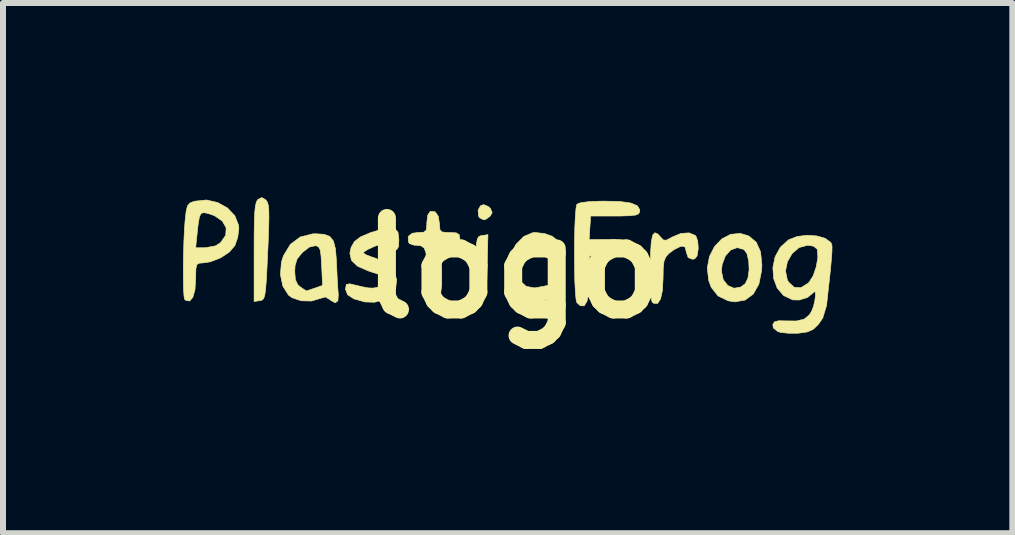
<source format=kicad_pcb>
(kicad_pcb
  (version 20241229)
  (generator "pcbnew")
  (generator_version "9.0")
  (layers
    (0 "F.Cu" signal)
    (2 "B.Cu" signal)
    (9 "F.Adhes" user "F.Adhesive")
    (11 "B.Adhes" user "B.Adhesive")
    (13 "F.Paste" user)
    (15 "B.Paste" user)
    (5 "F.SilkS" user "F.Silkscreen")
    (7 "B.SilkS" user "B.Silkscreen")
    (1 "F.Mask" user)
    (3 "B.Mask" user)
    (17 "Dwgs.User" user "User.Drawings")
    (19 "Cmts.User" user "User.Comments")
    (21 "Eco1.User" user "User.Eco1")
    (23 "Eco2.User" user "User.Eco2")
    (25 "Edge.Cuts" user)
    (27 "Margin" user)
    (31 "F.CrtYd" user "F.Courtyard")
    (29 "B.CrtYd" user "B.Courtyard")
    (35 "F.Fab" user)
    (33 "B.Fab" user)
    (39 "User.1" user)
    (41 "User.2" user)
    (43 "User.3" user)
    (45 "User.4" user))
  (footprint "logo"
    (layer "F.Cu")
    (at 5.503 1.418)
    (property "Reference" "logo" (at 0 0 0) (layer "F.SilkS") (effects (font (size 1.524 1.524) (thickness 0.3))))
    (attr through_hole)
    (fp_poly (pts (xy -0.418 -1.028) (xy -0.381 -0.995) (xy -0.35 -0.927) (xy -0.381 -0.868) (xy -0.454 -0.814) (xy -0.493 -0.804) (xy -0.559 -0.838) (xy -0.577 -0.868) (xy -0.585 -0.964) (xy -0.545 -1.038) (xy -0.493 -1.058) (xy -0.418 -1.028)) (stroke (width 0.01) (type solid)) (fill yes) (layer "F.SilkS"))
    (fp_poly (pts (xy -0.433 -0.035) (xy -0.439 0.185) (xy -0.447 0.335) (xy -0.461 0.427) (xy -0.48 0.477) (xy -0.509 0.498) (xy -0.519 0.5) (xy -0.592 0.484) (xy -0.615 0.455) (xy -0.624 0.391) (xy -0.628 0.262) (xy -0.629 0.089) (xy -0.626 -0.066) (xy -0.62 -0.269) (xy -0.612 -0.403) (xy -0.598 -0.482) (xy -0.576 -0.522) (xy -0.541 -0.539) (xy -0.517 -0.543) (xy -0.421 -0.557) (xy -0.433 -0.035)) (stroke (width 0.01) (type solid)) (fill yes) (layer "F.SilkS"))
    (fp_poly (pts (xy -4.127 -1.139) (xy -4.121 -1.133) (xy -4.098 -1.101) (xy -4.082 -1.05) (xy -4.073 -0.968) (xy -4.071 -0.843) (xy -4.075 -0.663) (xy -4.084 -0.417) (xy -4.091 -0.269) (xy -4.104 0.009) (xy -4.115 0.214) (xy -4.127 0.357) (xy -4.14 0.45) (xy -4.157 0.504) (xy -4.179 0.53) (xy -4.209 0.541) (xy -4.223 0.543) (xy -4.318 0.556) (xy -4.318 -0.267) (xy -4.317 -0.558) (xy -4.314 -0.776) (xy -4.307 -0.932) (xy -4.296 -1.037) (xy -4.28 -1.102) (xy -4.259 -1.139) (xy -4.252 -1.145) (xy -4.189 -1.176) (xy -4.127 -1.139)) (stroke (width 0.01) (type solid)) (fill yes) (layer "F.SilkS"))
    (fp_poly (pts (xy 0.526 -0.575) (xy 0.654 -0.528) (xy 0.736 -0.461) (xy 0.758 -0.386) (xy 0.726 -0.328) (xy 0.663 -0.304) (xy 0.579 -0.335) (xy 0.43 -0.376) (xy 0.295 -0.334) (xy 0.181 -0.216) (xy 0.103 -0.052) (xy 0.087 0.099) (xy 0.127 0.223) (xy 0.217 0.305) (xy 0.352 0.33) (xy 0.39 0.325) (xy 0.529 0.299) (xy 0.646 0.273) (xy 0.729 0.262) (xy 0.759 0.295) (xy 0.762 0.333) (xy 0.724 0.43) (xy 0.625 0.507) (xy 0.488 0.555) (xy 0.335 0.567) (xy 0.19 0.534) (xy 0.187 0.533) (xy 0.014 0.417) (xy -0.09 0.258) (xy -0.122 0.063) (xy -0.079 -0.157) (xy -0.061 -0.202) (xy 0.047 -0.396) (xy 0.18 -0.529) (xy 0.326 -0.59) (xy 0.365 -0.593) (xy 0.526 -0.575)) (stroke (width 0.01) (type solid)) (fill yes) (layer "F.SilkS"))
    (fp_poly (pts (xy 3.926 -0.535) (xy 4.051 -0.431) (xy 4.123 -0.271) (xy 4.145 -0.051) (xy 4.14 0.042) (xy 4.095 0.267) (xy 4.001 0.433) (xy 3.865 0.533) (xy 3.694 0.563) (xy 3.582 0.545) (xy 3.414 0.464) (xy 3.301 0.321) (xy 3.258 0.204) (xy 3.241 0.052) (xy 3.471 0.052) (xy 3.501 0.194) (xy 3.578 0.292) (xy 3.683 0.336) (xy 3.796 0.315) (xy 3.869 0.259) (xy 3.913 0.165) (xy 3.932 0.03) (xy 3.926 -0.115) (xy 3.897 -0.239) (xy 3.848 -0.309) (xy 3.733 -0.341) (xy 3.624 -0.301) (xy 3.536 -0.202) (xy 3.482 -0.058) (xy 3.471 0.052) (xy 3.241 0.052) (xy 3.235 -0.001) (xy 3.271 -0.193) (xy 3.355 -0.358) (xy 3.477 -0.486) (xy 3.624 -0.563) (xy 3.787 -0.578) (xy 3.926 -0.535)) (stroke (width 0.01) (type solid)) (fill yes) (layer "F.SilkS"))
    (fp_poly (pts (xy 2.409 -0.569) (xy 2.452 -0.522) (xy 2.502 -0.469) (xy 2.55 -0.464) (xy 2.63 -0.505) (xy 2.646 -0.515) (xy 2.794 -0.577) (xy 2.931 -0.587) (xy 3.033 -0.545) (xy 3.046 -0.532) (xy 3.075 -0.452) (xy 3.084 -0.333) (xy 3.082 -0.31) (xy 3.064 -0.201) (xy 3.025 -0.154) (xy 2.985 -0.148) (xy 2.916 -0.176) (xy 2.886 -0.266) (xy 2.866 -0.349) (xy 2.818 -0.366) (xy 2.78 -0.357) (xy 2.68 -0.307) (xy 2.593 -0.242) (xy 2.543 -0.185) (xy 2.514 -0.114) (xy 2.501 -0.005) (xy 2.498 0.165) (xy 2.498 0.168) (xy 2.487 0.374) (xy 2.455 0.517) (xy 2.406 0.59) (xy 2.342 0.587) (xy 2.314 0.564) (xy 2.304 0.514) (xy 2.295 0.395) (xy 2.289 0.226) (xy 2.286 0.023) (xy 2.286 -0.005) (xy 2.29 -0.262) (xy 2.302 -0.442) (xy 2.325 -0.549) (xy 2.36 -0.589) (xy 2.409 -0.569)) (stroke (width 0.01) (type solid)) (fill yes) (layer "F.SilkS"))
    (fp_poly (pts (xy -1.302 -0.939) (xy -1.248 -0.864) (xy -1.228 -0.732) (xy -1.222 -0.643) (xy -1.189 -0.603) (xy -1.104 -0.593) (xy -1.058 -0.593) (xy -0.949 -0.587) (xy -0.901 -0.559) (xy -0.889 -0.496) (xy -0.889 -0.489) (xy -0.901 -0.42) (xy -0.954 -0.386) (xy -1.048 -0.373) (xy -1.206 -0.36) (xy -1.191 0.026) (xy -1.191 0.279) (xy -1.213 0.459) (xy -1.255 0.562) (xy -1.317 0.588) (xy -1.389 0.542) (xy -1.416 0.469) (xy -1.433 0.32) (xy -1.439 0.102) (xy -1.439 0.081) (xy -1.442 -0.122) (xy -1.454 -0.255) (xy -1.483 -0.333) (xy -1.535 -0.37) (xy -1.616 -0.381) (xy -1.65 -0.381) (xy -1.725 -0.406) (xy -1.746 -0.434) (xy -1.75 -0.527) (xy -1.681 -0.581) (xy -1.584 -0.593) (xy -1.49 -0.598) (xy -1.45 -0.632) (xy -1.44 -0.717) (xy -1.439 -0.757) (xy -1.425 -0.881) (xy -1.384 -0.943) (xy -1.381 -0.945) (xy -1.302 -0.939)) (stroke (width 0.01) (type solid)) (fill yes) (layer "F.SilkS"))
    (fp_poly (pts (xy 1.772 -1.11) (xy 1.958 -1.085) (xy 2.069 -1.039) (xy 2.11 -0.971) (xy 2.108 -0.939) (xy 2.09 -0.905) (xy 2.042 -0.884) (xy 1.948 -0.873) (xy 1.792 -0.868) (xy 1.693 -0.868) (xy 1.291 -0.868) (xy 1.278 -0.672) (xy 1.266 -0.475) (xy 1.587 -0.477) (xy 1.791 -0.47) (xy 1.92 -0.444) (xy 1.979 -0.396) (xy 1.977 -0.324) (xy 1.975 -0.32) (xy 1.928 -0.276) (xy 1.819 -0.256) (xy 1.742 -0.254) (xy 1.587 -0.248) (xy 1.443 -0.234) (xy 1.402 -0.228) (xy 1.27 -0.201) (xy 1.27 0.166) (xy 1.26 0.397) (xy 1.231 0.552) (xy 1.183 0.63) (xy 1.118 0.627) (xy 1.061 0.575) (xy 1.047 0.516) (xy 1.036 0.389) (xy 1.027 0.211) (xy 1.023 -0.001) (xy 1.021 -0.231) (xy 1.023 -0.463) (xy 1.027 -0.678) (xy 1.036 -0.861) (xy 1.047 -0.995) (xy 1.061 -1.063) (xy 1.062 -1.064) (xy 1.119 -1.088) (xy 1.25 -1.106) (xy 1.443 -1.115) (xy 1.509 -1.116) (xy 1.772 -1.11)) (stroke (width 0.01) (type solid)) (fill yes) (layer "F.SilkS"))
    (fp_poly (pts (xy -3.152 -0.563) (xy -3.056 -0.527) (xy -2.996 -0.451) (xy -2.962 -0.321) (xy -2.946 -0.124) (xy -2.943 -0.059) (xy -2.935 0.128) (xy -2.926 0.295) (xy -2.917 0.415) (xy -2.915 0.44) (xy -2.921 0.545) (xy -2.966 0.579) (xy -3.043 0.536) (xy -3.055 0.525) (xy -3.128 0.481) (xy -3.21 0.504) (xy -3.363 0.549) (xy -3.532 0.545) (xy -3.683 0.495) (xy -3.745 0.45) (xy -3.839 0.301) (xy -3.879 0.11) (xy -3.875 0.058) (xy -3.641 0.058) (xy -3.63 0.194) (xy -3.59 0.277) (xy -3.547 0.315) (xy -3.476 0.363) (xy -3.447 0.381) (xy -3.408 0.369) (xy -3.32 0.339) (xy -3.309 0.335) (xy -3.177 0.289) (xy -3.192 -0.036) (xy -3.202 -0.201) (xy -3.216 -0.3) (xy -3.241 -0.35) (xy -3.282 -0.371) (xy -3.297 -0.373) (xy -3.397 -0.35) (xy -3.513 -0.261) (xy -3.514 -0.26) (xy -3.6 -0.155) (xy -3.635 -0.043) (xy -3.641 0.058) (xy -3.875 0.058) (xy -3.863 -0.097) (xy -3.83 -0.203) (xy -3.714 -0.395) (xy -3.55 -0.518) (xy -3.341 -0.57) (xy -3.293 -0.572) (xy -3.152 -0.563)) (stroke (width 0.01) (type solid)) (fill yes) (layer "F.SilkS"))
    (fp_poly (pts (xy -4.926 -1.093) (xy -4.762 -1.002) (xy -4.639 -0.872) (xy -4.577 -0.715) (xy -4.572 -0.658) (xy -4.591 -0.512) (xy -4.638 -0.377) (xy -4.638 -0.376) (xy -4.733 -0.265) (xy -4.881 -0.169) (xy -5.05 -0.104) (xy -5.175 -0.086) (xy -5.239 -0.081) (xy -5.273 -0.056) (xy -5.288 0.009) (xy -5.292 0.134) (xy -5.292 0.182) (xy -5.304 0.363) (xy -5.34 0.488) (xy -5.392 0.549) (xy -5.458 0.537) (xy -5.475 0.522) (xy -5.486 0.47) (xy -5.494 0.35) (xy -5.497 0.18) (xy -5.498 -0.023) (xy -5.494 -0.241) (xy -5.491 -0.339) (xy -5.292 -0.339) (xy -5.131 -0.339) (xy -4.962 -0.37) (xy -4.876 -0.425) (xy -4.791 -0.547) (xy -4.784 -0.672) (xy -4.849 -0.785) (xy -4.98 -0.874) (xy -5.09 -0.912) (xy -5.158 -0.924) (xy -5.202 -0.91) (xy -5.229 -0.854) (xy -5.249 -0.742) (xy -5.267 -0.582) (xy -5.292 -0.339) (xy -5.491 -0.339) (xy -5.488 -0.458) (xy -5.478 -0.656) (xy -5.467 -0.803) (xy -5.45 -0.951) (xy -5.428 -1.037) (xy -5.39 -1.083) (xy -5.324 -1.11) (xy -5.305 -1.115) (xy -5.113 -1.135) (xy -4.926 -1.093)) (stroke (width 0.01) (type solid)) (fill yes) (layer "F.SilkS"))
    (fp_poly (pts (xy -1.971 -0.658) (xy -1.92 -0.597) (xy -1.905 -0.479) (xy -1.905 -0.467) (xy -1.912 -0.355) (xy -1.941 -0.306) (xy -1.988 -0.296) (xy -2.074 -0.327) (xy -2.107 -0.362) (xy -2.138 -0.4) (xy -2.188 -0.404) (xy -2.282 -0.373) (xy -2.321 -0.358) (xy -2.427 -0.309) (xy -2.49 -0.267) (xy -2.498 -0.255) (xy -2.461 -0.225) (xy -2.367 -0.188) (xy -2.31 -0.17) (xy -2.112 -0.085) (xy -1.989 0.037) (xy -1.942 0.195) (xy -1.959 0.341) (xy -2.026 0.447) (xy -2.152 0.526) (xy -2.31 0.569) (xy -2.475 0.564) (xy -2.477 0.563) (xy -2.656 0.512) (xy -2.759 0.445) (xy -2.794 0.357) (xy -2.794 0.35) (xy -2.782 0.274) (xy -2.729 0.262) (xy -2.699 0.268) (xy -2.529 0.309) (xy -2.418 0.33) (xy -2.34 0.334) (xy -2.272 0.323) (xy -2.266 0.321) (xy -2.178 0.27) (xy -2.159 0.211) (xy -2.164 0.142) (xy -2.17 0.126) (xy -2.212 0.113) (xy -2.311 0.081) (xy -2.413 0.048) (xy -2.593 -0.031) (xy -2.695 -0.127) (xy -2.722 -0.246) (xy -2.701 -0.345) (xy -2.645 -0.443) (xy -2.543 -0.521) (xy -2.382 -0.589) (xy -2.235 -0.634) (xy -2.072 -0.668) (xy -1.971 -0.658)) (stroke (width 0.01) (type solid)) (fill yes) (layer "F.SilkS"))
    (fp_poly (pts (xy 5.06 -0.536) (xy 5.201 -0.495) (xy 5.293 -0.427) (xy 5.308 -0.399) (xy 5.314 -0.36) (xy 5.313 -0.281) (xy 5.304 -0.156) (xy 5.288 0.026) (xy 5.261 0.273) (xy 5.226 0.594) (xy 5.222 0.627) (xy 5.159 0.833) (xy 5.084 0.941) (xy 4.998 1.022) (xy 4.903 1.064) (xy 4.764 1.084) (xy 4.738 1.086) (xy 4.588 1.086) (xy 4.46 1.072) (xy 4.41 1.058) (xy 4.335 0.997) (xy 4.327 0.942) (xy 4.354 0.896) (xy 4.423 0.878) (xy 4.531 0.88) (xy 4.721 0.882) (xy 4.85 0.851) (xy 4.936 0.78) (xy 4.973 0.721) (xy 5.006 0.637) (xy 5.028 0.539) (xy 5.038 0.452) (xy 5.033 0.397) (xy 5.012 0.397) (xy 5.005 0.406) (xy 4.908 0.488) (xy 4.771 0.532) (xy 4.66 0.53) (xy 4.507 0.458) (xy 4.4 0.333) (xy 4.34 0.171) (xy 4.332 0.048) (xy 4.539 0.048) (xy 4.569 0.196) (xy 4.589 0.233) (xy 4.684 0.321) (xy 4.795 0.327) (xy 4.917 0.251) (xy 4.93 0.238) (xy 4.999 0.13) (xy 5.051 -0.021) (xy 5.078 -0.178) (xy 5.069 -0.305) (xy 5.065 -0.317) (xy 5.006 -0.365) (xy 4.91 -0.381) (xy 4.767 -0.343) (xy 4.65 -0.244) (xy 4.57 -0.106) (xy 4.539 0.048) (xy 4.332 0.048) (xy 4.328 -0.008) (xy 4.365 -0.187) (xy 4.453 -0.348) (xy 4.59 -0.471) (xy 4.73 -0.526) (xy 4.895 -0.547) (xy 5.06 -0.536)) (stroke (width 0.01) (type solid)) (fill yes) (layer "F.SilkS")))
  (gr_rect
    (start -3 -3)
    (end 13.822 5.836)
    (stroke (width 0.1) (type default))
    (fill no)
    (layer "Edge.Cuts")))
</source>
